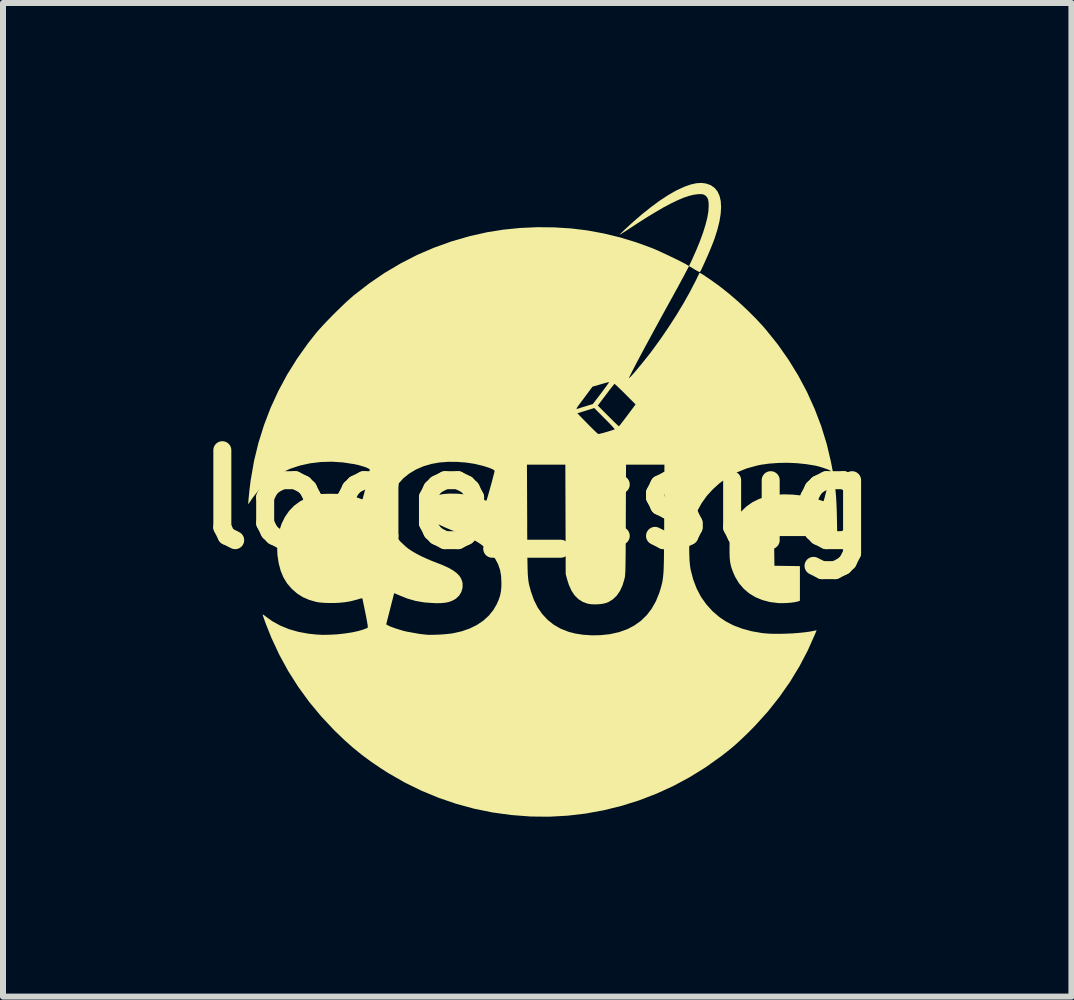
<source format=kicad_pcb>
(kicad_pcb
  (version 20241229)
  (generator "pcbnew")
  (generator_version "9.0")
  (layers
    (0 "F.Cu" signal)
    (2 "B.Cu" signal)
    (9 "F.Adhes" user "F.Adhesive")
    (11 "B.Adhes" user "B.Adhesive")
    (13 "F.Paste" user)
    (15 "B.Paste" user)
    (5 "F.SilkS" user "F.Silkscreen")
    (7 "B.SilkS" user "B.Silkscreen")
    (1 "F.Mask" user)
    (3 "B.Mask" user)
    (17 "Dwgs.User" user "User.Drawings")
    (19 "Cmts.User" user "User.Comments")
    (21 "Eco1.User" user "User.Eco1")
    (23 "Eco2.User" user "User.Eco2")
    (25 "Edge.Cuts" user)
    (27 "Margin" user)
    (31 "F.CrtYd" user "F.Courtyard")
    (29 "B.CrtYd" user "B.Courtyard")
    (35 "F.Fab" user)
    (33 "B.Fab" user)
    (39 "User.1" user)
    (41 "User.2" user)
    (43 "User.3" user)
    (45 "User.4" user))
  (footprint "logo_csug"
    (layer "F.Cu")
    (at 5.907 5.278)
    (property "Reference" "logo_csug" (at 0 0 0) (layer "F.SilkS") (effects (font (size 1.5 1.5) (thickness 0.3))))
    (attr board_only exclude_from_pos_files exclude_from_bom)
    (fp_poly (pts (xy 2.816 -5.268) (xy 2.887 -5.243) (xy 2.902 -5.235) (xy 2.961 -5.192) (xy 3.007 -5.134) (xy 3.04 -5.062) (xy 3.06 -4.976) (xy 3.066 -4.876) (xy 3.059 -4.764) (xy 3.039 -4.639) (xy 3.005 -4.502) (xy 2.958 -4.353) (xy 2.945 -4.317) (xy 2.919 -4.251) (xy 2.886 -4.169) (xy 2.846 -4.075) (xy 2.8 -3.971) (xy 2.749 -3.86) (xy 2.73 -3.819) (xy 2.717 -3.8) (xy 2.706 -3.792) (xy 2.693 -3.798) (xy 2.668 -3.811) (xy 2.634 -3.83) (xy 2.613 -3.843) (xy 2.531 -3.892) (xy 2.577 -3.989) (xy 2.65 -4.153) (xy 2.713 -4.306) (xy 2.765 -4.449) (xy 2.806 -4.58) (xy 2.836 -4.698) (xy 2.854 -4.803) (xy 2.859 -4.893) (xy 2.859 -4.893) (xy 2.857 -4.956) (xy 2.849 -5.002) (xy 2.834 -5.036) (xy 2.812 -5.061) (xy 2.8 -5.07) (xy 2.781 -5.082) (xy 2.762 -5.088) (xy 2.737 -5.091) (xy 2.701 -5.091) (xy 2.68 -5.09) (xy 2.61 -5.081) (xy 2.531 -5.062) (xy 2.442 -5.032) (xy 2.343 -4.99) (xy 2.233 -4.937) (xy 2.11 -4.872) (xy 1.976 -4.794) (xy 1.828 -4.704) (xy 1.666 -4.601) (xy 1.596 -4.555) (xy 1.538 -4.517) (xy 1.485 -4.482) (xy 1.44 -4.454) (xy 1.405 -4.432) (xy 1.382 -4.418) (xy 1.374 -4.415) (xy 1.379 -4.422) (xy 1.398 -4.441) (xy 1.427 -4.469) (xy 1.464 -4.504) (xy 1.508 -4.544) (xy 1.555 -4.588) (xy 1.604 -4.632) (xy 1.653 -4.675) (xy 1.699 -4.714) (xy 1.739 -4.749) (xy 1.745 -4.754) (xy 1.897 -4.875) (xy 2.042 -4.982) (xy 2.179 -5.072) (xy 2.307 -5.146) (xy 2.34 -5.162) (xy 2.455 -5.215) (xy 2.559 -5.252) (xy 2.654 -5.273) (xy 2.739 -5.278)) (stroke (width 0) (type solid)) (fill yes) (layer "F.SilkS"))
    (fp_poly (pts (xy 0.285 -4.537) (xy 0.568 -4.519) (xy 0.83 -4.487) (xy 1.102 -4.437) (xy 1.377 -4.371) (xy 1.65 -4.288) (xy 1.9 -4.197) (xy 1.947 -4.178) (xy 2.005 -4.153) (xy 2.072 -4.122) (xy 2.144 -4.089) (xy 2.217 -4.054) (xy 2.289 -4.02) (xy 2.356 -3.987) (xy 2.415 -3.957) (xy 2.463 -3.932) (xy 2.496 -3.913) (xy 2.498 -3.912) (xy 2.531 -3.891) (xy 2.464 -3.764) (xy 2.444 -3.725) (xy 2.415 -3.672) (xy 2.38 -3.607) (xy 2.34 -3.533) (xy 2.296 -3.454) (xy 2.252 -3.373) (xy 2.212 -3.301) (xy 2.127 -3.147) (xy 2.046 -2.999) (xy 1.969 -2.858) (xy 1.896 -2.724) (xy 1.829 -2.6) (xy 1.767 -2.485) (xy 1.711 -2.38) (xy 1.662 -2.288) (xy 1.62 -2.207) (xy 1.585 -2.14) (xy 1.559 -2.088) (xy 1.54 -2.05) (xy 1.531 -2.029) (xy 1.53 -2.025) (xy 1.536 -2.027) (xy 1.553 -2.043) (xy 1.579 -2.07) (xy 1.613 -2.108) (xy 1.652 -2.154) (xy 1.696 -2.207) (xy 1.743 -2.264) (xy 1.791 -2.323) (xy 1.839 -2.383) (xy 1.885 -2.442) (xy 1.927 -2.498) (xy 1.933 -2.506) (xy 2.068 -2.693) (xy 2.198 -2.884) (xy 2.322 -3.077) (xy 2.438 -3.269) (xy 2.542 -3.454) (xy 2.634 -3.631) (xy 2.652 -3.666) (xy 2.672 -3.709) (xy 2.69 -3.745) (xy 2.702 -3.77) (xy 2.707 -3.78) (xy 2.707 -3.781) (xy 2.716 -3.777) (xy 2.739 -3.764) (xy 2.773 -3.743) (xy 2.814 -3.715) (xy 2.862 -3.683) (xy 2.913 -3.648) (xy 2.964 -3.611) (xy 3.013 -3.576) (xy 3.057 -3.543) (xy 3.061 -3.54) (xy 3.205 -3.425) (xy 3.353 -3.298) (xy 3.498 -3.163) (xy 3.636 -3.026) (xy 3.763 -2.89) (xy 3.813 -2.832) (xy 4.01 -2.587) (xy 4.189 -2.332) (xy 4.352 -2.067) (xy 4.498 -1.793) (xy 4.625 -1.512) (xy 4.735 -1.224) (xy 4.826 -0.93) (xy 4.897 -0.631) (xy 4.93 -0.459) (xy 4.948 -0.346) (xy 4.963 -0.242) (xy 4.974 -0.143) (xy 4.983 -0.043) (xy 4.989 0.062) (xy 4.994 0.176) (xy 4.997 0.306) (xy 4.997 0.308) (xy 5.003 0.61) (xy 4.476 0.61) (xy 3.95 0.61) (xy 3.952 0.858) (xy 3.955 1.105) (xy 4.168 1.108) (xy 4.38 1.111) (xy 4.38 1.4) (xy 4.38 1.689) (xy 4.348 1.7) (xy 4.303 1.71) (xy 4.245 1.719) (xy 4.178 1.725) (xy 4.108 1.728) (xy 4.041 1.728) (xy 4.018 1.727) (xy 3.881 1.71) (xy 3.755 1.677) (xy 3.639 1.629) (xy 3.535 1.566) (xy 3.443 1.488) (xy 3.365 1.397) (xy 3.302 1.293) (xy 3.274 1.231) (xy 3.251 1.173) (xy 3.234 1.122) (xy 3.222 1.072) (xy 3.214 1.021) (xy 3.209 0.962) (xy 3.207 0.892) (xy 3.206 0.815) (xy 3.207 0.744) (xy 3.207 0.688) (xy 3.209 0.645) (xy 3.213 0.61) (xy 3.217 0.58) (xy 3.224 0.55) (xy 3.228 0.535) (xy 3.272 0.41) (xy 3.33 0.298) (xy 3.402 0.2) (xy 3.489 0.116) (xy 3.588 0.046) (xy 3.7 -0.009) (xy 3.825 -0.05) (xy 3.962 -0.076) (xy 4.11 -0.086) (xy 4.266 -0.081) (xy 4.414 -0.065) (xy 4.548 -0.039) (xy 4.671 -0.004) (xy 4.688 0.002) (xy 4.725 0.014) (xy 4.755 0.024) (xy 4.772 0.028) (xy 4.774 0.028) (xy 4.779 0.016) (xy 4.787 -0.013) (xy 4.798 -0.054) (xy 4.811 -0.105) (xy 4.826 -0.162) (xy 4.841 -0.223) (xy 4.856 -0.283) (xy 4.869 -0.34) (xy 4.881 -0.391) (xy 4.89 -0.432) (xy 4.896 -0.46) (xy 4.897 -0.473) (xy 4.897 -0.473) (xy 4.886 -0.482) (xy 4.858 -0.495) (xy 4.82 -0.51) (xy 4.773 -0.526) (xy 4.723 -0.542) (xy 4.673 -0.556) (xy 4.633 -0.565) (xy 4.487 -0.589) (xy 4.332 -0.605) (xy 4.173 -0.612) (xy 4.016 -0.609) (xy 3.865 -0.598) (xy 3.724 -0.578) (xy 3.663 -0.565) (xy 3.49 -0.517) (xy 3.33 -0.452) (xy 3.182 -0.372) (xy 3.046 -0.276) (xy 2.929 -0.171) (xy 2.827 -0.059) (xy 2.742 0.06) (xy 2.672 0.186) (xy 2.616 0.323) (xy 2.573 0.473) (xy 2.553 0.57) (xy 2.543 0.644) (xy 2.537 0.731) (xy 2.534 0.827) (xy 2.536 0.925) (xy 2.54 1.02) (xy 2.548 1.105) (xy 2.558 1.168) (xy 2.6 1.331) (xy 2.657 1.482) (xy 2.73 1.622) (xy 2.819 1.748) (xy 2.922 1.862) (xy 3.039 1.962) (xy 3.146 2.034) (xy 3.274 2.1) (xy 3.418 2.154) (xy 3.576 2.197) (xy 3.749 2.227) (xy 3.788 2.231) (xy 3.864 2.237) (xy 3.954 2.24) (xy 4.053 2.24) (xy 4.158 2.237) (xy 4.264 2.232) (xy 4.368 2.224) (xy 4.464 2.214) (xy 4.55 2.202) (xy 4.621 2.188) (xy 4.632 2.186) (xy 4.659 2.179) (xy 4.634 2.241) (xy 4.512 2.515) (xy 4.372 2.782) (xy 4.214 3.042) (xy 4.038 3.293) (xy 3.847 3.534) (xy 3.639 3.765) (xy 3.533 3.873) (xy 3.444 3.959) (xy 3.364 4.035) (xy 3.288 4.103) (xy 3.212 4.167) (xy 3.131 4.231) (xy 3.061 4.285) (xy 2.807 4.466) (xy 2.544 4.629) (xy 2.271 4.776) (xy 1.991 4.904) (xy 1.704 5.015) (xy 1.411 5.107) (xy 1.113 5.181) (xy 0.812 5.236) (xy 0.507 5.272) (xy 0.199 5.289) (xy -0.109 5.286) (xy -0.12 5.285) (xy -0.435 5.261) (xy -0.746 5.218) (xy -1.051 5.156) (xy -1.351 5.074) (xy -1.644 4.974) (xy -1.931 4.855) (xy -2.211 4.718) (xy -2.483 4.562) (xy -2.603 4.485) (xy -2.77 4.372) (xy -2.925 4.257) (xy -3.072 4.138) (xy -3.217 4.009) (xy -3.365 3.867) (xy -3.385 3.847) (xy -3.602 3.616) (xy -3.802 3.375) (xy -3.985 3.123) (xy -4.151 2.862) (xy -4.299 2.591) (xy -4.43 2.311) (xy -4.518 2.091) (xy -4.542 2.026) (xy -4.559 1.979) (xy -4.57 1.946) (xy -4.576 1.926) (xy -4.575 1.918) (xy -4.57 1.918) (xy -4.559 1.926) (xy -4.543 1.938) (xy -4.539 1.942) (xy -4.416 2.03) (xy -4.283 2.103) (xy -4.139 2.162) (xy -3.982 2.207) (xy -3.812 2.238) (xy -3.689 2.251) (xy -3.577 2.257) (xy -3.455 2.255) (xy -3.33 2.248) (xy -3.206 2.234) (xy -3.088 2.216) (xy -2.982 2.193) (xy -2.923 2.176) (xy -2.885 2.163) (xy -2.853 2.151) (xy -2.833 2.143) (xy -2.831 2.142) (xy -2.827 2.136) (xy -2.825 2.125) (xy -2.826 2.105) (xy -2.829 2.082) (xy -2.518 2.082) (xy -2.496 2.095) (xy -2.467 2.11) (xy -2.423 2.128) (xy -2.368 2.148) (xy -2.307 2.167) (xy -2.245 2.186) (xy -2.186 2.201) (xy -2.17 2.204) (xy -1.964 2.241) (xy -1.84 2.255) (xy -1.792 2.257) (xy -1.73 2.256) (xy -1.659 2.254) (xy -1.584 2.25) (xy -1.512 2.244) (xy -1.447 2.237) (xy -1.405 2.231) (xy -1.259 2.198) (xy -1.125 2.151) (xy -1.005 2.092) (xy -0.898 2.02) (xy -0.806 1.936) (xy -0.73 1.841) (xy -0.675 1.746) (xy -0.642 1.671) (xy -0.619 1.602) (xy -0.605 1.534) (xy -0.598 1.457) (xy -0.597 1.391) (xy -0.602 1.273) (xy -0.621 1.169) (xy -0.654 1.075) (xy -0.701 0.988) (xy -0.766 0.904) (xy -0.791 0.876) (xy -0.865 0.806) (xy -0.946 0.742) (xy -1.039 0.684) (xy -1.146 0.628) (xy -1.269 0.574) (xy -1.305 0.56) (xy -1.403 0.522) (xy -1.483 0.489) (xy -1.55 0.46) (xy -1.604 0.435) (xy -1.649 0.412) (xy -1.686 0.391) (xy -1.718 0.369) (xy -1.746 0.346) (xy -1.748 0.345) (xy -1.794 0.295) (xy -1.822 0.241) (xy -1.833 0.178) (xy -1.833 0.165) (xy -1.826 0.101) (xy -1.802 0.046) (xy -1.759 -0.004) (xy -1.749 -0.014) (xy -1.709 -0.044) (xy -1.667 -0.066) (xy -1.619 -0.081) (xy -1.561 -0.091) (xy -1.489 -0.097) (xy -1.457 -0.098) (xy -1.318 -0.096) (xy -1.188 -0.082) (xy -1.063 -0.054) (xy -0.936 -0.011) (xy -0.931 -0.009) (xy -0.894 0.005) (xy -0.865 0.015) (xy -0.848 0.019) (xy -0.846 0.019) (xy -0.842 0.008) (xy -0.834 -0.019) (xy -0.822 -0.059) (xy -0.808 -0.108) (xy -0.792 -0.165) (xy -0.776 -0.224) (xy -0.759 -0.284) (xy -0.744 -0.341) (xy -0.731 -0.392) (xy -0.72 -0.434) (xy -0.713 -0.463) (xy -0.71 -0.476) (xy -0.71 -0.476) (xy -0.72 -0.49) (xy -0.749 -0.507) (xy -0.798 -0.527) (xy -0.867 -0.549) (xy -0.905 -0.561) (xy -0.986 -0.58) (xy -0.171 -0.58) (xy -0.167 0.348) (xy -0.167 0.509) (xy -0.166 0.651) (xy -0.165 0.777) (xy -0.165 0.886) (xy -0.164 0.981) (xy -0.162 1.064) (xy -0.161 1.134) (xy -0.159 1.195) (xy -0.157 1.246) (xy -0.154 1.29) (xy -0.15 1.328) (xy -0.146 1.362) (xy -0.141 1.392) (xy -0.135 1.421) (xy -0.128 1.449) (xy -0.12 1.478) (xy -0.111 1.51) (xy -0.104 1.536) (xy -0.055 1.675) (xy 0.007 1.8) (xy 0.084 1.911) (xy 0.174 2.007) (xy 0.277 2.089) (xy 0.393 2.155) (xy 0.522 2.206) (xy 0.639 2.236) (xy 0.772 2.256) (xy 0.914 2.265) (xy 1.058 2.262) (xy 1.198 2.247) (xy 1.215 2.245) (xy 1.363 2.212) (xy 1.499 2.164) (xy 1.621 2.1) (xy 1.73 2.022) (xy 1.827 1.928) (xy 1.909 1.82) (xy 1.979 1.696) (xy 2.035 1.558) (xy 2.054 1.498) (xy 2.064 1.464) (xy 2.072 1.433) (xy 2.08 1.402) (xy 2.087 1.372) (xy 2.092 1.339) (xy 2.097 1.304) (xy 2.101 1.264) (xy 2.105 1.219) (xy 2.108 1.166) (xy 2.11 1.104) (xy 2.112 1.032) (xy 2.113 0.949) (xy 2.114 0.852) (xy 2.115 0.742) (xy 2.116 0.615) (xy 2.117 0.471) (xy 2.117 0.313) (xy 2.121 -0.58) (xy 1.801 -0.58) (xy 1.481 -0.58) (xy 1.477 0.333) (xy 1.477 0.49) (xy 1.476 0.628) (xy 1.475 0.75) (xy 1.475 0.855) (xy 1.474 0.945) (xy 1.473 1.022) (xy 1.472 1.086) (xy 1.471 1.14) (xy 1.47 1.184) (xy 1.468 1.22) (xy 1.466 1.249) (xy 1.464 1.272) (xy 1.462 1.291) (xy 1.459 1.307) (xy 1.456 1.32) (xy 1.423 1.431) (xy 1.38 1.525) (xy 1.327 1.602) (xy 1.264 1.663) (xy 1.19 1.709) (xy 1.156 1.723) (xy 1.104 1.737) (xy 1.04 1.746) (xy 0.971 1.749) (xy 0.903 1.747) (xy 0.845 1.738) (xy 0.84 1.737) (xy 0.757 1.706) (xy 0.685 1.66) (xy 0.622 1.597) (xy 0.57 1.518) (xy 0.527 1.421) (xy 0.502 1.343) (xy 0.475 1.245) (xy 0.472 0.333) (xy 0.469 -0.58) (xy 0.149 -0.58) (xy -0.171 -0.58) (xy -0.986 -0.58) (xy -1.042 -0.594) (xy -1.188 -0.616) (xy -1.338 -0.627) (xy -1.486 -0.628) (xy -1.628 -0.617) (xy -1.759 -0.594) (xy -1.759 -0.594) (xy -1.896 -0.554) (xy -2.021 -0.5) (xy -2.133 -0.433) (xy -2.231 -0.354) (xy -2.314 -0.263) (xy -2.382 -0.162) (xy -2.433 -0.051) (xy -2.451 0.006) (xy -2.465 0.071) (xy -2.473 0.147) (xy -2.475 0.228) (xy -2.471 0.306) (xy -2.462 0.375) (xy -2.456 0.4) (xy -2.418 0.504) (xy -2.36 0.604) (xy -2.285 0.698) (xy -2.193 0.785) (xy -2.145 0.823) (xy -2.088 0.861) (xy -2.016 0.903) (xy -1.933 0.946) (xy -1.844 0.987) (xy -1.752 1.026) (xy -1.69 1.05) (xy -1.577 1.094) (xy -1.483 1.137) (xy -1.406 1.18) (xy -1.346 1.224) (xy -1.3 1.27) (xy -1.269 1.318) (xy -1.25 1.37) (xy -1.244 1.402) (xy -1.245 1.474) (xy -1.265 1.542) (xy -1.301 1.602) (xy -1.353 1.652) (xy -1.387 1.673) (xy -1.435 1.696) (xy -1.484 1.712) (xy -1.54 1.722) (xy -1.606 1.728) (xy -1.686 1.729) (xy -1.735 1.727) (xy -1.886 1.716) (xy -2.028 1.691) (xy -2.165 1.652) (xy -2.305 1.596) (xy -2.309 1.594) (xy -2.343 1.579) (xy -2.37 1.568) (xy -2.384 1.563) (xy -2.385 1.563) (xy -2.388 1.573) (xy -2.395 1.6) (xy -2.405 1.641) (xy -2.419 1.694) (xy -2.435 1.756) (xy -2.452 1.824) (xy -2.518 2.082) (xy -2.829 2.082) (xy -2.831 2.074) (xy -2.838 2.031) (xy -2.849 1.972) (xy -2.864 1.897) (xy -2.864 1.894) (xy -2.878 1.828) (xy -2.89 1.768) (xy -2.901 1.717) (xy -2.909 1.679) (xy -2.914 1.655) (xy -2.916 1.649) (xy -2.927 1.648) (xy -2.951 1.653) (xy -2.977 1.661) (xy -3.011 1.671) (xy -3.057 1.683) (xy -3.109 1.696) (xy -3.144 1.703) (xy -3.215 1.714) (xy -3.297 1.722) (xy -3.385 1.726) (xy -3.474 1.726) (xy -3.557 1.723) (xy -3.631 1.717) (xy -3.683 1.708) (xy -3.802 1.674) (xy -3.908 1.628) (xy -4.004 1.567) (xy -4.092 1.49) (xy -4.096 1.486) (xy -4.171 1.398) (xy -4.231 1.3) (xy -4.277 1.189) (xy -4.31 1.065) (xy -4.331 0.93) (xy -4.335 0.838) (xy -4.333 0.738) (xy -4.323 0.64) (xy -4.308 0.552) (xy -4.304 0.535) (xy -4.263 0.406) (xy -4.207 0.292) (xy -4.137 0.191) (xy -4.053 0.104) (xy -3.955 0.032) (xy -3.844 -0.025) (xy -3.719 -0.068) (xy -3.704 -0.072) (xy -3.667 -0.081) (xy -3.632 -0.087) (xy -3.594 -0.091) (xy -3.549 -0.093) (xy -3.492 -0.095) (xy -3.435 -0.095) (xy -3.325 -0.093) (xy -3.23 -0.085) (xy -3.143 -0.071) (xy -3.059 -0.05) (xy -2.981 -0.025) (xy -2.948 -0.013) (xy -2.924 -0.005) (xy -2.914 -0.003) (xy -2.914 -0.003) (xy -2.909 -0.014) (xy -2.902 -0.042) (xy -2.891 -0.082) (xy -2.878 -0.132) (xy -2.864 -0.189) (xy -2.849 -0.249) (xy -2.834 -0.309) (xy -2.82 -0.366) (xy -2.809 -0.417) (xy -2.799 -0.457) (xy -2.794 -0.486) (xy -2.792 -0.497) (xy -2.803 -0.51) (xy -2.831 -0.525) (xy -2.873 -0.542) (xy -2.925 -0.558) (xy -2.985 -0.575) (xy -3.049 -0.589) (xy -3.05 -0.589) (xy -3.238 -0.618) (xy -3.423 -0.63) (xy -3.605 -0.625) (xy -3.782 -0.604) (xy -3.952 -0.567) (xy -4.114 -0.514) (xy -4.267 -0.445) (xy -4.408 -0.361) (xy -4.455 -0.328) (xy -4.525 -0.27) (xy -4.598 -0.201) (xy -4.667 -0.126) (xy -4.727 -0.051) (xy -4.755 -0.012) (xy -4.779 0.025) (xy -4.799 0.054) (xy -4.812 0.072) (xy -4.817 0.077) (xy -4.818 0.065) (xy -4.816 0.037) (xy -4.813 -0.005) (xy -4.808 -0.057) (xy -4.802 -0.117) (xy -4.795 -0.181) (xy -4.787 -0.245) (xy -4.779 -0.308) (xy -4.774 -0.34) (xy -4.721 -0.645) (xy -4.648 -0.944) (xy -4.556 -1.238) (xy -4.48 -1.438) (xy 0.669 -1.438) (xy 0.837 -1.265) (xy 0.885 -1.217) (xy 0.928 -1.174) (xy 0.966 -1.137) (xy 0.995 -1.11) (xy 1.014 -1.095) (xy 1.02 -1.091) (xy 1.035 -1.094) (xy 1.065 -1.101) (xy 1.105 -1.111) (xy 1.153 -1.125) (xy 1.16 -1.127) (xy 1.207 -1.141) (xy 1.248 -1.154) (xy 1.277 -1.164) (xy 1.292 -1.169) (xy 1.292 -1.17) (xy 1.288 -1.178) (xy 1.27 -1.199) (xy 1.243 -1.229) (xy 1.206 -1.268) (xy 1.162 -1.313) (xy 1.125 -1.35) (xy 0.951 -1.525) (xy 0.883 -1.503) (xy 0.836 -1.489) (xy 0.783 -1.472) (xy 0.742 -1.46) (xy 0.669 -1.438) (xy -4.48 -1.438) (xy -4.452 -1.511) (xy 0.656 -1.511) (xy 0.661 -1.51) (xy 0.673 -1.512) (xy 0.689 -1.518) (xy 0.696 -1.52) (xy 0.718 -1.527) (xy 0.753 -1.538) (xy 0.796 -1.551) (xy 0.826 -1.56) (xy 0.844 -1.566) (xy 1.01 -1.566) (xy 1.183 -1.393) (xy 1.231 -1.345) (xy 1.274 -1.302) (xy 1.311 -1.267) (xy 1.339 -1.24) (xy 1.357 -1.224) (xy 1.361 -1.22) (xy 1.369 -1.228) (xy 1.387 -1.25) (xy 1.413 -1.283) (xy 1.445 -1.325) (xy 1.483 -1.375) (xy 1.504 -1.403) (xy 1.64 -1.585) (xy 1.468 -1.758) (xy 1.42 -1.806) (xy 1.376 -1.848) (xy 1.339 -1.884) (xy 1.311 -1.91) (xy 1.293 -1.925) (xy 1.288 -1.928) (xy 1.281 -1.92) (xy 1.263 -1.898) (xy 1.236 -1.864) (xy 1.203 -1.822) (xy 1.166 -1.772) (xy 1.146 -1.746) (xy 1.01 -1.566) (xy 0.844 -1.566) (xy 0.927 -1.591) (xy 1.065 -1.771) (xy 1.104 -1.823) (xy 1.138 -1.87) (xy 1.166 -1.908) (xy 1.187 -1.937) (xy 1.197 -1.953) (xy 1.198 -1.956) (xy 1.187 -1.955) (xy 1.163 -1.95) (xy 1.13 -1.941) (xy 1.084 -1.928) (xy 1.033 -1.913) (xy 0.994 -1.901) (xy 0.922 -1.881) (xy 0.793 -1.708) (xy 0.746 -1.645) (xy 0.709 -1.596) (xy 0.683 -1.56) (xy 0.666 -1.535) (xy 0.657 -1.519) (xy 0.656 -1.511) (xy -4.452 -1.511) (xy -4.446 -1.526) (xy -4.317 -1.807) (xy -4.17 -2.081) (xy -4.004 -2.347) (xy -3.821 -2.605) (xy -3.682 -2.781) (xy -3.633 -2.837) (xy -3.573 -2.903) (xy -3.503 -2.977) (xy -3.428 -3.054) (xy -3.35 -3.132) (xy -3.272 -3.208) (xy -3.198 -3.279) (xy -3.129 -3.342) (xy -3.07 -3.393) (xy -3.06 -3.402) (xy -2.807 -3.598) (xy -2.547 -3.776) (xy -2.279 -3.935) (xy -2.003 -4.077) (xy -1.719 -4.199) (xy -1.426 -4.304) (xy -1.125 -4.391) (xy -0.835 -4.456) (xy -0.565 -4.499) (xy -0.285 -4.527) (xy -0.001 -4.54)) (stroke (width 0) (type solid)) (fill yes) (layer "F.SilkS")))
  (gr_rect
    (start -3 -3)
    (end 14.814 13.567)
    (stroke (width 0.1) (type default))
    (fill no)
    (layer "Edge.Cuts")))
</source>
